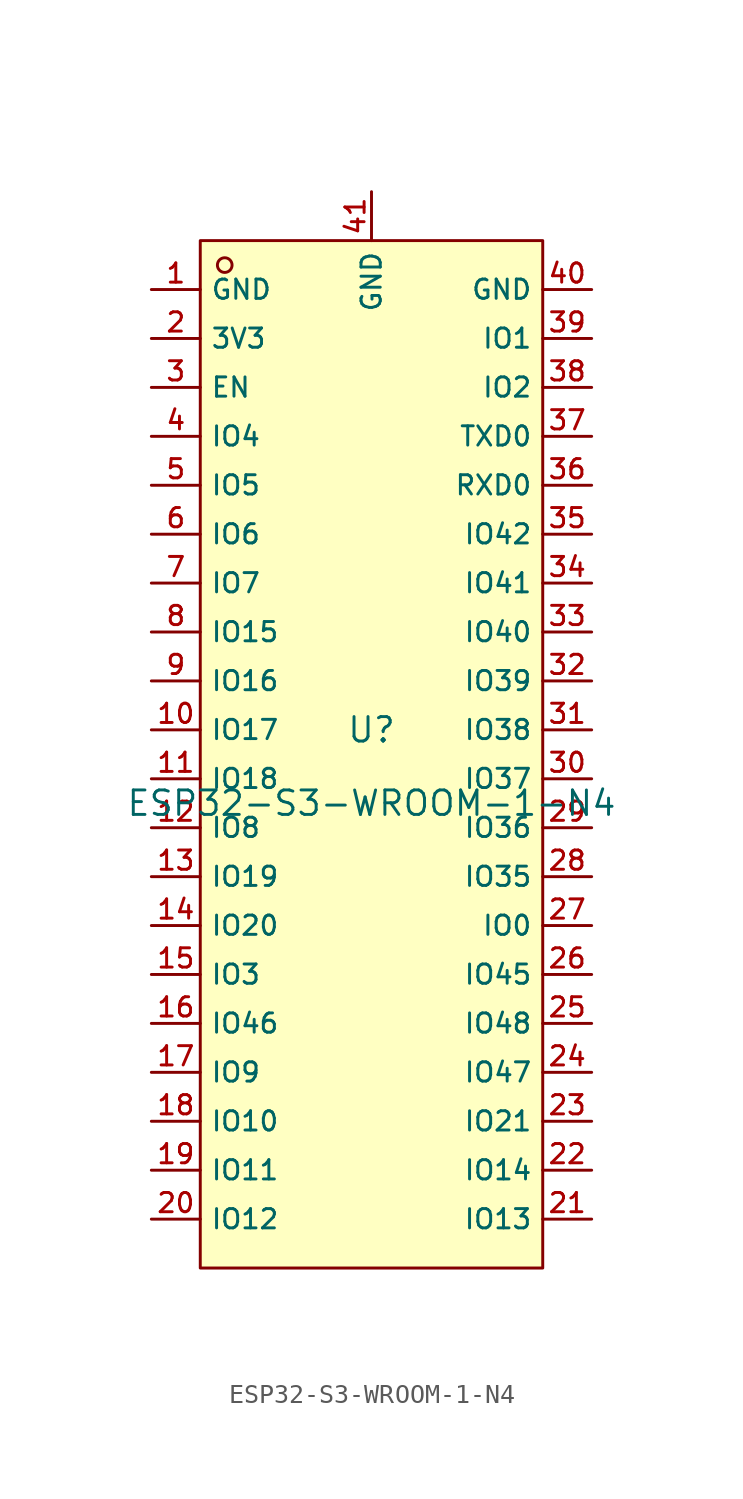
<source format=kicad_sym>
(kicad_symbol_lib
  (version 20210201)
  (generator TousstNicolas/JLC2KiCad_lib)
  (symbol "ESP32-S3-WROOM-1-N4"
    (property "Reference" "U"
      (at 0 1.27 0)
      (effects (font (size 1.27 1.27))))
    (property "Value" "ESP32-S3-WROOM-1-N4"
      (at 0 -2.54 0)
      (effects (font (size 1.27 1.27))))
    (symbol "ESP32-S3-WROOM-1-N4_0_1"
      (rectangle (start -8.89 26.67) (end 8.89 -26.67) (stroke (width 0) (type default) (color 0 0 0 0)) (fill (type background)))
      (circle (center -7.62 25.4) (radius 0.381) (stroke (width 0) (type default) (color 0 0 0 0)) (fill (type background)))
      (pin unspecified line (at -11.43 24.13 0) (length 2.54) (name "GND" (effects (font (size 1 1)))) (number "1" (effects (font (size 1 1)))))
      (pin unspecified line (at -11.43 21.59 0) (length 2.54) (name "3V3" (effects (font (size 1 1)))) (number "2" (effects (font (size 1 1)))))
      (pin unspecified line (at -11.43 19.05 0) (length 2.54) (name "EN" (effects (font (size 1 1)))) (number "3" (effects (font (size 1 1)))))
      (pin unspecified line (at -11.43 16.51 0) (length 2.54) (name "IO4" (effects (font (size 1 1)))) (number "4" (effects (font (size 1 1)))))
      (pin unspecified line (at -11.43 13.97 0) (length 2.54) (name "IO5" (effects (font (size 1 1)))) (number "5" (effects (font (size 1 1)))))
      (pin unspecified line (at -11.43 11.43 0) (length 2.54) (name "IO6" (effects (font (size 1 1)))) (number "6" (effects (font (size 1 1)))))
      (pin unspecified line (at -11.43 8.89 0) (length 2.54) (name "IO7" (effects (font (size 1 1)))) (number "7" (effects (font (size 1 1)))))
      (pin unspecified line (at -11.43 6.35 0) (length 2.54) (name "IO15" (effects (font (size 1 1)))) (number "8" (effects (font (size 1 1)))))
      (pin unspecified line (at -11.43 3.81 0) (length 2.54) (name "IO16" (effects (font (size 1 1)))) (number "9" (effects (font (size 1 1)))))
      (pin unspecified line (at -11.43 1.27 0) (length 2.54) (name "IO17" (effects (font (size 1 1)))) (number "10" (effects (font (size 1 1)))))
      (pin unspecified line (at -11.43 -1.27 0) (length 2.54) (name "IO18" (effects (font (size 1 1)))) (number "11" (effects (font (size 1 1)))))
      (pin unspecified line (at -11.43 -3.81 0) (length 2.54) (name "IO8" (effects (font (size 1 1)))) (number "12" (effects (font (size 1 1)))))
      (pin unspecified line (at -11.43 -6.35 0) (length 2.54) (name "IO19" (effects (font (size 1 1)))) (number "13" (effects (font (size 1 1)))))
      (pin unspecified line (at -11.43 -8.89 0) (length 2.54) (name "IO20" (effects (font (size 1 1)))) (number "14" (effects (font (size 1 1)))))
      (pin unspecified line (at -11.43 -11.43 0) (length 2.54) (name "IO3" (effects (font (size 1 1)))) (number "15" (effects (font (size 1 1)))))
      (pin unspecified line (at -11.43 -13.97 0) (length 2.54) (name "IO46" (effects (font (size 1 1)))) (number "16" (effects (font (size 1 1)))))
      (pin unspecified line (at -11.43 -16.51 0) (length 2.54) (name "IO9" (effects (font (size 1 1)))) (number "17" (effects (font (size 1 1)))))
      (pin unspecified line (at -11.43 -19.05 0) (length 2.54) (name "IO10" (effects (font (size 1 1)))) (number "18" (effects (font (size 1 1)))))
      (pin unspecified line (at -11.43 -21.59 0) (length 2.54) (name "IO11" (effects (font (size 1 1)))) (number "19" (effects (font (size 1 1)))))
      (pin unspecified line (at -11.43 -24.13 0) (length 2.54) (name "IO12" (effects (font (size 1 1)))) (number "20" (effects (font (size 1 1)))))
      (pin unspecified line (at 11.43 -24.13 180) (length 2.54) (name "IO13" (effects (font (size 1 1)))) (number "21" (effects (font (size 1 1)))))
      (pin unspecified line (at 11.43 -21.59 180) (length 2.54) (name "IO14" (effects (font (size 1 1)))) (number "22" (effects (font (size 1 1)))))
      (pin unspecified line (at 11.43 -19.05 180) (length 2.54) (name "IO21" (effects (font (size 1 1)))) (number "23" (effects (font (size 1 1)))))
      (pin unspecified line (at 11.43 -16.51 180) (length 2.54) (name "IO47" (effects (font (size 1 1)))) (number "24" (effects (font (size 1 1)))))
      (pin unspecified line (at 11.43 -13.97 180) (length 2.54) (name "IO48" (effects (font (size 1 1)))) (number "25" (effects (font (size 1 1)))))
      (pin unspecified line (at 11.43 -11.43 180) (length 2.54) (name "IO45" (effects (font (size 1 1)))) (number "26" (effects (font (size 1 1)))))
      (pin unspecified line (at 11.43 -8.89 180) (length 2.54) (name "IO0" (effects (font (size 1 1)))) (number "27" (effects (font (size 1 1)))))
      (pin unspecified line (at 11.43 -6.35 180) (length 2.54) (name "IO35" (effects (font (size 1 1)))) (number "28" (effects (font (size 1 1)))))
      (pin unspecified line (at 11.43 -3.81 180) (length 2.54) (name "IO36" (effects (font (size 1 1)))) (number "29" (effects (font (size 1 1)))))
      (pin unspecified line (at 11.43 -1.27 180) (length 2.54) (name "IO37" (effects (font (size 1 1)))) (number "30" (effects (font (size 1 1)))))
      (pin unspecified line (at 11.43 1.27 180) (length 2.54) (name "IO38" (effects (font (size 1 1)))) (number "31" (effects (font (size 1 1)))))
      (pin unspecified line (at 11.43 3.81 180) (length 2.54) (name "IO39" (effects (font (size 1 1)))) (number "32" (effects (font (size 1 1)))))
      (pin unspecified line (at 11.43 6.35 180) (length 2.54) (name "IO40" (effects (font (size 1 1)))) (number "33" (effects (font (size 1 1)))))
      (pin unspecified line (at 11.43 8.89 180) (length 2.54) (name "IO41" (effects (font (size 1 1)))) (number "34" (effects (font (size 1 1)))))
      (pin unspecified line (at 11.43 11.43 180) (length 2.54) (name "IO42" (effects (font (size 1 1)))) (number "35" (effects (font (size 1 1)))))
      (pin unspecified line (at 11.43 13.97 180) (length 2.54) (name "RXD0" (effects (font (size 1 1)))) (number "36" (effects (font (size 1 1)))))
      (pin unspecified line (at 11.43 16.51 180) (length 2.54) (name "TXD0" (effects (font (size 1 1)))) (number "37" (effects (font (size 1 1)))))
      (pin unspecified line (at 11.43 19.05 180) (length 2.54) (name "IO2" (effects (font (size 1 1)))) (number "38" (effects (font (size 1 1)))))
      (pin unspecified line (at 11.43 21.59 180) (length 2.54) (name "IO1" (effects (font (size 1 1)))) (number "39" (effects (font (size 1 1)))))
      (pin unspecified line (at 11.43 24.13 180) (length 2.54) (name "GND" (effects (font (size 1 1)))) (number "40" (effects (font (size 1 1)))))
      (pin unspecified line (at 0.0 29.21 270) (length 2.54) (name "GND" (effects (font (size 1 1)))) (number "41" (effects (font (size 1 1))))))))
</source>
